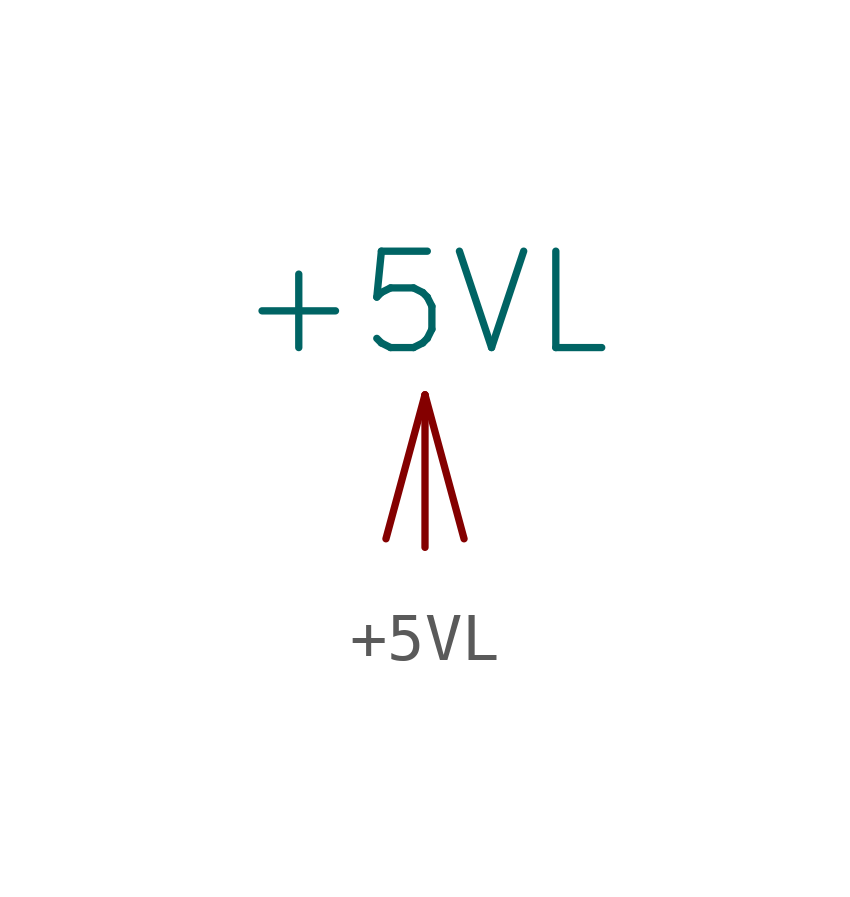
<source format=kicad_sym>
(kicad_symbol_lib
  (version 20231120)
  (generator "kicad_symbol_editor")
  (generator_version "8.0")
  (symbol "+5VL"
    (power)
    (pin_numbers hide)
    (pin_names
      (offset 0) hide)
    (property "Reference" "#PWR"
      (at 0 -2.54 0)
      (effects (font (size 2.007 2.007)) (hide yes)))
    (property "Value" "+5VL"
      (at 0 5.08 0)
      (effects (font (size 2.007 2.007))))
    (property "Footprint" ""
      (at 0 3.175 90)
      (effects (font (size 2.489 2.489))))
    (symbol "+5VL_0_1"
      (polyline (pts (xy 0 3.175) (xy -0.813 0.178)) (stroke (width 0) (type solid)) (fill (type none)))
      (polyline (pts (xy 0 3.175) (xy 0 0)) (stroke (width 0) (type solid)) (fill (type none)))
      (polyline (pts (xy 0.813 0.178) (xy 0 3.175)) (stroke (width 0) (type solid)) (fill (type none))))
    (symbol "+5VL_1_1"
      (pin power_in line (at 0 0 90) (length 0) hide (name "+5VL" (effects (font (size 1.803 1.803)))) (number "1" (effects (font (size 1.803 1.803))))))))
</source>
